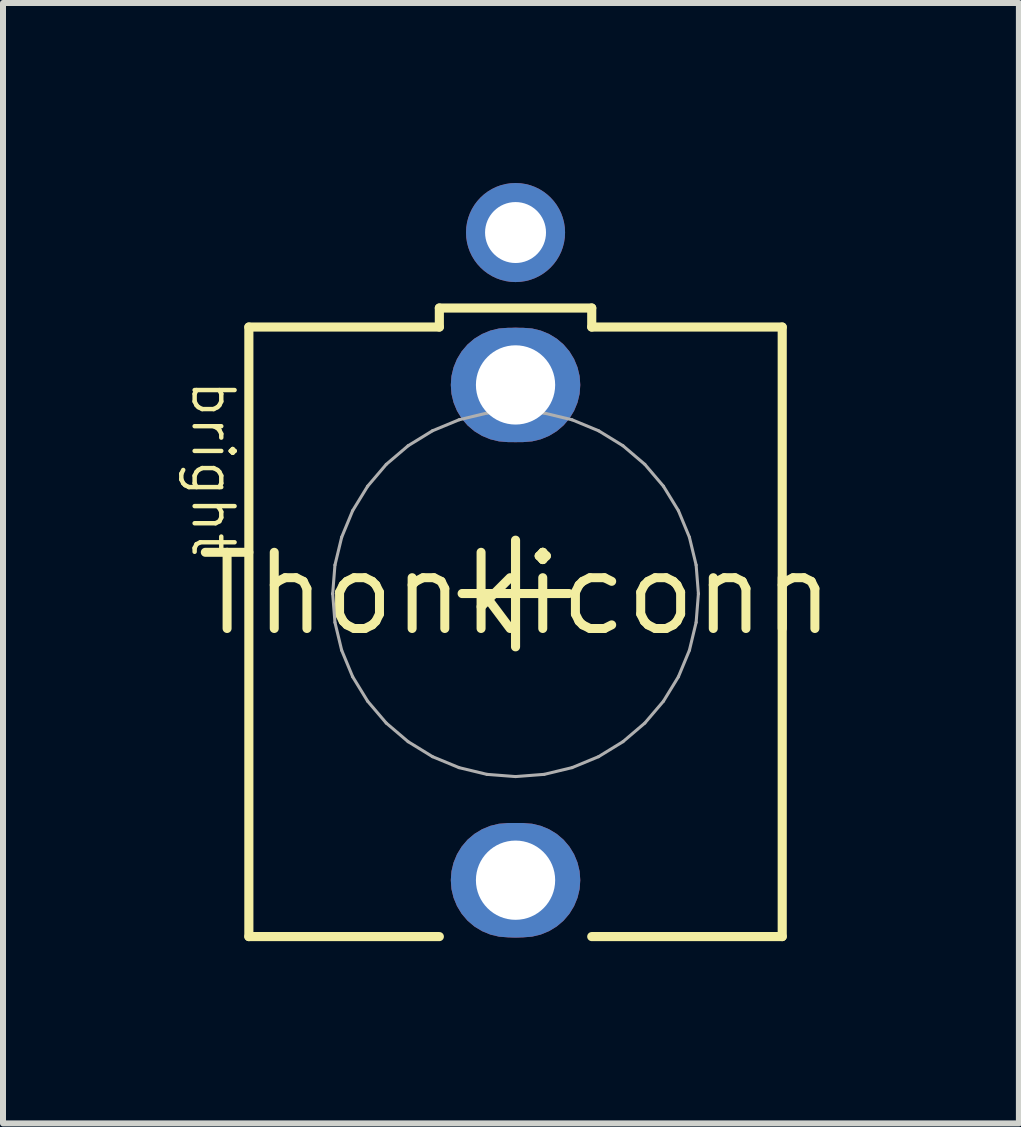
<source format=kicad_pcb>
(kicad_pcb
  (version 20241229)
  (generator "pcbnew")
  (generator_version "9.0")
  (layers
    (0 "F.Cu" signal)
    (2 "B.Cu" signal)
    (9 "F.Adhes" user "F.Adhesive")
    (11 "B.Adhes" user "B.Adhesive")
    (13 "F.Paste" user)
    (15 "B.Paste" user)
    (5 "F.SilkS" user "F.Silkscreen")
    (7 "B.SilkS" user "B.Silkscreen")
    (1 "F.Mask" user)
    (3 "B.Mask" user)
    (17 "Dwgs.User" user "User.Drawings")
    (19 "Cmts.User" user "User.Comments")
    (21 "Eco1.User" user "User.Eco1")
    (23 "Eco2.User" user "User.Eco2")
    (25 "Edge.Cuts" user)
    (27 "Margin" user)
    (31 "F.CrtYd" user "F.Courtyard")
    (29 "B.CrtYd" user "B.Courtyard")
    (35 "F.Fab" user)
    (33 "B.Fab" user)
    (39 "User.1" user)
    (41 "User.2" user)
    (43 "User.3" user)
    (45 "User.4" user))
  (footprint "Thonkiconn"
    (layer "F.Cu")
    (at 5.543 6.846)
    (property "Reference" "Thonkiconn" (at 0 0 0) (layer "F.SilkS") (effects (font (size 1.27 1.27) (thickness 0.15))))
    (fp_poly (pts (xy 0.276 -4.421) (xy 0.421 -4.386) (xy 0.559 -4.329) (xy 0.687 -4.251) (xy 0.801 -4.154) (xy 0.898 -4.04) (xy 0.976 -3.912) (xy 1.033 -3.774) (xy 1.068 -3.629) (xy 1.079 -3.48) (xy 1.068 -3.331) (xy 1.033 -3.186) (xy 0.976 -3.048) (xy 0.898 -2.92) (xy 0.801 -2.806) (xy 0.687 -2.709) (xy 0.559 -2.631) (xy 0.421 -2.574) (xy 0.276 -2.539) (xy 0.127 -2.527) (xy -0.127 -2.527) (xy -0.276 -2.539) (xy -0.421 -2.574) (xy -0.559 -2.631) (xy -0.687 -2.709) (xy -0.801 -2.806) (xy -0.898 -2.92) (xy -0.976 -3.048) (xy -1.033 -3.186) (xy -1.068 -3.331) (xy -1.079 -3.48) (xy -1.068 -3.629) (xy -1.033 -3.774) (xy -0.976 -3.912) (xy -0.898 -4.04) (xy -0.801 -4.154) (xy -0.687 -4.251) (xy -0.559 -4.329) (xy -0.421 -4.386) (xy -0.276 -4.421) (xy -0.127 -4.432) (xy 0.127 -4.432)) (stroke (width 0) (type default)) (fill yes) (layer "F.Cu"))
    (fp_poly (pts (xy 0.276 3.834) (xy 0.421 3.869) (xy 0.559 3.926) (xy 0.687 4.004) (xy 0.801 4.101) (xy 0.898 4.215) (xy 0.976 4.343) (xy 1.033 4.481) (xy 1.068 4.626) (xy 1.079 4.775) (xy 1.068 4.924) (xy 1.033 5.069) (xy 0.976 5.207) (xy 0.898 5.335) (xy 0.801 5.449) (xy 0.687 5.546) (xy 0.559 5.624) (xy 0.421 5.681) (xy 0.276 5.716) (xy 0.127 5.728) (xy -0.127 5.728) (xy -0.276 5.716) (xy -0.421 5.681) (xy -0.559 5.624) (xy -0.687 5.546) (xy -0.801 5.449) (xy -0.898 5.335) (xy -0.976 5.207) (xy -1.033 5.069) (xy -1.068 4.924) (xy -1.079 4.775) (xy -1.068 4.626) (xy -1.033 4.481) (xy -0.976 4.343) (xy -0.898 4.215) (xy -0.801 4.101) (xy -0.687 4.004) (xy -0.559 3.926) (xy -0.421 3.869) (xy -0.276 3.834) (xy -0.127 3.823) (xy 0.127 3.823)) (stroke (width 0) (type default)) (fill yes) (layer "F.Cu"))
    (fp_poly (pts (xy 0.292 -4.522) (xy 0.453 -4.483) (xy 0.606 -4.42) (xy 0.748 -4.334) (xy 0.873 -4.226) (xy 0.981 -4.1) (xy 1.067 -3.958) (xy 1.131 -3.806) (xy 1.169 -3.645) (xy 1.182 -3.48) (xy 1.169 -3.315) (xy 1.131 -3.154) (xy 1.067 -3.001) (xy 0.981 -2.859) (xy 0.873 -2.733) (xy 0.748 -2.626) (xy 0.606 -2.54) (xy 0.453 -2.476) (xy 0.292 -2.438) (xy 0.127 -2.425) (xy -0.127 -2.425) (xy -0.292 -2.438) (xy -0.453 -2.476) (xy -0.606 -2.54) (xy -0.748 -2.626) (xy -0.873 -2.733) (xy -0.981 -2.859) (xy -1.067 -3.001) (xy -1.131 -3.154) (xy -1.169 -3.315) (xy -1.182 -3.48) (xy -1.169 -3.645) (xy -1.131 -3.806) (xy -1.067 -3.958) (xy -0.981 -4.1) (xy -0.873 -4.226) (xy -0.748 -4.334) (xy -0.606 -4.42) (xy -0.453 -4.483) (xy -0.292 -4.522) (xy -0.127 -4.535) (xy 0.127 -4.535)) (stroke (width 0) (type default)) (fill yes) (layer "F.Mask"))
    (fp_poly (pts (xy 0.292 3.733) (xy 0.453 3.772) (xy 0.606 3.835) (xy 0.748 3.921) (xy 0.873 4.029) (xy 0.981 4.155) (xy 1.067 4.297) (xy 1.131 4.449) (xy 1.169 4.61) (xy 1.182 4.775) (xy 1.169 4.94) (xy 1.131 5.101) (xy 1.067 5.254) (xy 0.981 5.396) (xy 0.873 5.522) (xy 0.748 5.629) (xy 0.606 5.715) (xy 0.453 5.779) (xy 0.292 5.817) (xy 0.127 5.83) (xy -0.127 5.83) (xy -0.292 5.817) (xy -0.453 5.779) (xy -0.606 5.715) (xy -0.748 5.629) (xy -0.873 5.522) (xy -0.981 5.396) (xy -1.067 5.254) (xy -1.131 5.101) (xy -1.169 4.94) (xy -1.182 4.775) (xy -1.169 4.61) (xy -1.131 4.449) (xy -1.067 4.297) (xy -0.981 4.155) (xy -0.873 4.029) (xy -0.748 3.921) (xy -0.606 3.835) (xy -0.453 3.772) (xy -0.292 3.733) (xy -0.127 3.72) (xy 0.127 3.72)) (stroke (width 0) (type default)) (fill yes) (layer "F.Mask"))
    (fp_poly (pts (xy 0.276 -4.421) (xy 0.421 -4.386) (xy 0.559 -4.329) (xy 0.687 -4.251) (xy 0.801 -4.154) (xy 0.898 -4.04) (xy 0.976 -3.912) (xy 1.033 -3.774) (xy 1.068 -3.629) (xy 1.079 -3.48) (xy 1.068 -3.331) (xy 1.033 -3.186) (xy 0.976 -3.048) (xy 0.898 -2.92) (xy 0.801 -2.806) (xy 0.687 -2.709) (xy 0.559 -2.631) (xy 0.421 -2.574) (xy 0.276 -2.539) (xy 0.127 -2.527) (xy -0.127 -2.527) (xy -0.276 -2.539) (xy -0.421 -2.574) (xy -0.559 -2.631) (xy -0.687 -2.709) (xy -0.801 -2.806) (xy -0.898 -2.92) (xy -0.976 -3.048) (xy -1.033 -3.186) (xy -1.068 -3.331) (xy -1.079 -3.48) (xy -1.068 -3.629) (xy -1.033 -3.774) (xy -0.976 -3.912) (xy -0.898 -4.04) (xy -0.801 -4.154) (xy -0.687 -4.251) (xy -0.559 -4.329) (xy -0.421 -4.386) (xy -0.276 -4.421) (xy -0.127 -4.432) (xy 0.127 -4.432)) (stroke (width 0) (type default)) (fill yes) (layer "B.Cu"))
    (fp_poly (pts (xy 0.276 3.834) (xy 0.421 3.869) (xy 0.559 3.926) (xy 0.687 4.004) (xy 0.801 4.101) (xy 0.898 4.215) (xy 0.976 4.343) (xy 1.033 4.481) (xy 1.068 4.626) (xy 1.079 4.775) (xy 1.068 4.924) (xy 1.033 5.069) (xy 0.976 5.207) (xy 0.898 5.335) (xy 0.801 5.449) (xy 0.687 5.546) (xy 0.559 5.624) (xy 0.421 5.681) (xy 0.276 5.716) (xy 0.127 5.728) (xy -0.127 5.728) (xy -0.276 5.716) (xy -0.421 5.681) (xy -0.559 5.624) (xy -0.687 5.546) (xy -0.801 5.449) (xy -0.898 5.335) (xy -0.976 5.207) (xy -1.033 5.069) (xy -1.068 4.924) (xy -1.079 4.775) (xy -1.068 4.626) (xy -1.033 4.481) (xy -0.976 4.343) (xy -0.898 4.215) (xy -0.801 4.101) (xy -0.687 4.004) (xy -0.559 3.926) (xy -0.421 3.869) (xy -0.276 3.834) (xy -0.127 3.823) (xy 0.127 3.823)) (stroke (width 0) (type default)) (fill yes) (layer "B.Cu"))
    (fp_poly (pts (xy 0.292 -4.522) (xy 0.453 -4.483) (xy 0.606 -4.42) (xy 0.748 -4.334) (xy 0.873 -4.226) (xy 0.981 -4.1) (xy 1.067 -3.958) (xy 1.131 -3.806) (xy 1.169 -3.645) (xy 1.182 -3.48) (xy 1.169 -3.315) (xy 1.131 -3.154) (xy 1.067 -3.001) (xy 0.981 -2.859) (xy 0.873 -2.733) (xy 0.748 -2.626) (xy 0.606 -2.54) (xy 0.453 -2.476) (xy 0.292 -2.438) (xy 0.127 -2.425) (xy -0.127 -2.425) (xy -0.292 -2.438) (xy -0.453 -2.476) (xy -0.606 -2.54) (xy -0.748 -2.626) (xy -0.873 -2.733) (xy -0.981 -2.859) (xy -1.067 -3.001) (xy -1.131 -3.154) (xy -1.169 -3.315) (xy -1.182 -3.48) (xy -1.169 -3.645) (xy -1.131 -3.806) (xy -1.067 -3.958) (xy -0.981 -4.1) (xy -0.873 -4.226) (xy -0.748 -4.334) (xy -0.606 -4.42) (xy -0.453 -4.483) (xy -0.292 -4.522) (xy -0.127 -4.535) (xy 0.127 -4.535)) (stroke (width 0) (type default)) (fill yes) (layer "B.Mask"))
    (fp_poly (pts (xy 0.292 3.733) (xy 0.453 3.772) (xy 0.606 3.835) (xy 0.748 3.921) (xy 0.873 4.029) (xy 0.981 4.155) (xy 1.067 4.297) (xy 1.131 4.449) (xy 1.169 4.61) (xy 1.182 4.775) (xy 1.169 4.94) (xy 1.131 5.101) (xy 1.067 5.254) (xy 0.981 5.396) (xy 0.873 5.522) (xy 0.748 5.629) (xy 0.606 5.715) (xy 0.453 5.779) (xy 0.292 5.817) (xy 0.127 5.83) (xy -0.127 5.83) (xy -0.292 5.817) (xy -0.453 5.779) (xy -0.606 5.715) (xy -0.748 5.629) (xy -0.873 5.522) (xy -0.981 5.396) (xy -1.067 5.254) (xy -1.131 5.101) (xy -1.169 4.94) (xy -1.182 4.775) (xy -1.169 4.61) (xy -1.131 4.449) (xy -1.067 4.297) (xy -0.981 4.155) (xy -0.873 4.029) (xy -0.748 3.921) (xy -0.606 3.835) (xy -0.453 3.772) (xy -0.292 3.733) (xy -0.127 3.72) (xy 0.127 3.72)) (stroke (width 0) (type default)) (fill yes) (layer "B.Mask"))
    (fp_line (start -4.445 -4.445) (end -4.445 5.715) (stroke (width 0.152) (type solid)) (layer "F.SilkS"))
    (fp_line (start -1.27 -4.762) (end 1.27 -4.762) (stroke (width 0.152) (type solid)) (layer "F.SilkS"))
    (fp_line (start -1.27 -4.445) (end -4.445 -4.445) (stroke (width 0.152) (type solid)) (layer "F.SilkS"))
    (fp_line (start -1.27 -4.445) (end -1.27 -4.762) (stroke (width 0.152) (type solid)) (layer "F.SilkS"))
    (fp_line (start -1.27 5.715) (end -4.445 5.715) (stroke (width 0.152) (type solid)) (layer "F.SilkS"))
    (fp_line (start -0.89 -0.003) (end 0.889 -0.003) (stroke (width 0.152) (type solid)) (layer "F.SilkS"))
    (fp_line (start 0 0.885) (end 0 -0.892) (stroke (width 0.152) (type solid)) (layer "F.SilkS"))
    (fp_line (start 1.27 -4.762) (end 1.27 -4.445) (stroke (width 0.152) (type solid)) (layer "F.SilkS"))
    (fp_line (start 1.27 -4.445) (end 4.445 -4.445) (stroke (width 0.152) (type solid)) (layer "F.SilkS"))
    (fp_line (start 1.27 5.715) (end 4.445 5.715) (stroke (width 0.152) (type solid)) (layer "F.SilkS"))
    (fp_line (start 4.445 5.715) (end 4.445 -4.445) (stroke (width 0.152) (type solid)) (layer "F.SilkS"))
    (fp_line (start -3.048 -0.001) (end -3.048 0.001) (stroke (width 0.051) (type solid)) (layer "F.Fab"))
    (fp_line (start -3.048 0.001) (end -3.01 0.478) (stroke (width 0.051) (type solid)) (layer "F.Fab"))
    (fp_line (start -3.01 -0.478) (end -3.048 -0.001) (stroke (width 0.051) (type solid)) (layer "F.Fab"))
    (fp_line (start -3.01 0.478) (end -2.898 0.943) (stroke (width 0.051) (type solid)) (layer "F.Fab"))
    (fp_line (start -2.898 -0.942) (end -3.01 -0.478) (stroke (width 0.051) (type solid)) (layer "F.Fab"))
    (fp_line (start -2.898 0.943) (end -2.715 1.384) (stroke (width 0.051) (type solid)) (layer "F.Fab"))
    (fp_line (start -2.715 -1.384) (end -2.898 -0.942) (stroke (width 0.051) (type solid)) (layer "F.Fab"))
    (fp_line (start -2.715 1.384) (end -2.465 1.792) (stroke (width 0.051) (type solid)) (layer "F.Fab"))
    (fp_line (start -2.465 -1.792) (end -2.715 -1.384) (stroke (width 0.051) (type solid)) (layer "F.Fab"))
    (fp_line (start -2.465 1.792) (end -2.155 2.156) (stroke (width 0.051) (type solid)) (layer "F.Fab"))
    (fp_line (start -2.155 -2.156) (end -2.465 -1.792) (stroke (width 0.051) (type solid)) (layer "F.Fab"))
    (fp_line (start -2.155 2.156) (end -1.791 2.466) (stroke (width 0.051) (type solid)) (layer "F.Fab"))
    (fp_line (start -1.791 -2.466) (end -2.155 -2.156) (stroke (width 0.051) (type solid)) (layer "F.Fab"))
    (fp_line (start -1.791 2.466) (end -1.384 2.716) (stroke (width 0.051) (type solid)) (layer "F.Fab"))
    (fp_line (start -1.384 -2.716) (end -1.791 -2.466) (stroke (width 0.051) (type solid)) (layer "F.Fab"))
    (fp_line (start -1.384 2.716) (end -0.942 2.899) (stroke (width 0.051) (type solid)) (layer "F.Fab"))
    (fp_line (start -0.942 -2.899) (end -1.384 -2.716) (stroke (width 0.051) (type solid)) (layer "F.Fab"))
    (fp_line (start -0.942 2.899) (end -0.477 3.011) (stroke (width 0.051) (type solid)) (layer "F.Fab"))
    (fp_line (start -0.477 -3.011) (end -0.942 -2.899) (stroke (width 0.051) (type solid)) (layer "F.Fab"))
    (fp_line (start -0.477 3.011) (end 0 3.048) (stroke (width 0.051) (type solid)) (layer "F.Fab"))
    (fp_line (start 0 -3.048) (end -0.477 -3.011) (stroke (width 0.051) (type solid)) (layer "F.Fab"))
    (fp_line (start 0 3.048) (end 0.477 3.011) (stroke (width 0.051) (type solid)) (layer "F.Fab"))
    (fp_line (start 0.477 -3.011) (end 0 -3.048) (stroke (width 0.051) (type solid)) (layer "F.Fab"))
    (fp_line (start 0.477 3.011) (end 0.942 2.899) (stroke (width 0.051) (type solid)) (layer "F.Fab"))
    (fp_line (start 0.942 -2.899) (end 0.477 -3.011) (stroke (width 0.051) (type solid)) (layer "F.Fab"))
    (fp_line (start 0.942 2.899) (end 1.384 2.716) (stroke (width 0.051) (type solid)) (layer "F.Fab"))
    (fp_line (start 1.384 -2.716) (end 0.942 -2.899) (stroke (width 0.051) (type solid)) (layer "F.Fab"))
    (fp_line (start 1.384 2.716) (end 1.791 2.466) (stroke (width 0.051) (type solid)) (layer "F.Fab"))
    (fp_line (start 1.791 -2.466) (end 1.384 -2.716) (stroke (width 0.051) (type solid)) (layer "F.Fab"))
    (fp_line (start 1.791 2.466) (end 2.155 2.156) (stroke (width 0.051) (type solid)) (layer "F.Fab"))
    (fp_line (start 2.155 -2.156) (end 1.791 -2.466) (stroke (width 0.051) (type solid)) (layer "F.Fab"))
    (fp_line (start 2.155 2.156) (end 2.465 1.792) (stroke (width 0.051) (type solid)) (layer "F.Fab"))
    (fp_line (start 2.465 -1.792) (end 2.155 -2.156) (stroke (width 0.051) (type solid)) (layer "F.Fab"))
    (fp_line (start 2.465 1.792) (end 2.715 1.384) (stroke (width 0.051) (type solid)) (layer "F.Fab"))
    (fp_line (start 2.715 -1.384) (end 2.465 -1.792) (stroke (width 0.051) (type solid)) (layer "F.Fab"))
    (fp_line (start 2.715 1.384) (end 2.898 0.943) (stroke (width 0.051) (type solid)) (layer "F.Fab"))
    (fp_line (start 2.898 -0.942) (end 2.715 -1.384) (stroke (width 0.051) (type solid)) (layer "F.Fab"))
    (fp_line (start 2.898 0.943) (end 3.01 0.478) (stroke (width 0.051) (type solid)) (layer "F.Fab"))
    (fp_line (start 3.01 -0.478) (end 2.898 -0.942) (stroke (width 0.051) (type solid)) (layer "F.Fab"))
    (fp_line (start 3.01 0.478) (end 3.048 0.001) (stroke (width 0.051) (type solid)) (layer "F.Fab"))
    (fp_line (start 3.048 -0.001) (end 3.01 -0.478) (stroke (width 0.051) (type solid)) (layer "F.Fab"))
    (fp_line (start 3.048 0.001) (end 3.048 -0.001) (stroke (width 0.051) (type solid)) (layer "F.Fab"))
    (fp_text user "bright" (at -4.655 -3.602 270) (unlocked yes) (layer "F.SilkS") (effects (font (size 0.666 0.666) (thickness 0.074)) (justify left top)))
    (pad "1" thru_hole circle (at 0 -3.48) (size 1.905 1.905) (drill 1.321) (layers "*.Cu"))
    (pad "2" thru_hole circle (at 0 4.775) (size 1.905 1.905) (drill 1.321) (layers "*.Cu"))
    (pad "3" thru_hole circle (at 0 -6.02) (size 1.651 1.651) (drill 1.016) (layers "*.Cu" "*.Mask"))
    (zone (net_name "") (layer "F.Cu") (hatch edge 0.5) (connect_pads) (min_thickness 0.25) (filled_areas_thickness no) (keepout (tracks not_allowed) (vias not_allowed) (pads not_allowed) (copperpour not_allowed) (footprints allowed)) (placement (enabled no)) (fill) (polygon (pts (xy 6.785 6.845) (xy 6.765 6.623) (xy 6.706 6.408) (xy 6.609 6.207) (xy 6.478 6.027) (xy 6.317 5.873) (xy 6.132 5.751) (xy 5.927 5.663) (xy 5.71 5.614) (xy 5.487 5.604) (xy 5.267 5.634) (xy 5.055 5.702) (xy 4.859 5.808) (xy 4.685 5.947) (xy 4.538 6.114) (xy 4.424 6.306) (xy 4.346 6.514) (xy 4.306 6.733) (xy 4.306 6.956) (xy 4.346 7.175) (xy 4.424 7.383) (xy 4.538 7.575) (xy 4.685 7.742) (xy 4.859 7.881) (xy 5.055 7.987) (xy 5.267 8.055) (xy 5.487 8.085) (xy 5.71 8.075) (xy 5.927 8.026) (xy 6.132 7.938) (xy 6.317 7.816) (xy 6.478 7.662) (xy 6.609 7.482) (xy 6.706 7.281) (xy 6.765 7.066))) (polygon (pts (xy 6.535 6.845) (xy 6.515 6.645) (xy 6.455 6.453) (xy 6.357 6.278) (xy 6.226 6.126) (xy 6.068 6.003) (xy 5.888 5.914) (xy 5.693 5.864) (xy 5.493 5.854) (xy 5.294 5.884) (xy 5.106 5.954) (xy 4.936 6.06) (xy 4.79 6.198) (xy 4.676 6.363) (xy 4.596 6.548) (xy 4.556 6.744) (xy 4.556 6.945) (xy 4.596 7.141) (xy 4.676 7.326) (xy 4.79 7.491) (xy 4.936 7.629) (xy 5.106 7.735) (xy 5.294 7.805) (xy 5.493 7.835) (xy 5.693 7.825) (xy 5.888 7.775) (xy 6.068 7.686) (xy 6.226 7.563) (xy 6.357 7.411) (xy 6.455 7.236) (xy 6.515 7.044)))))
  (gr_rect
    (start -3 -3)
    (end 13.933 15.675)
    (stroke (width 0.1) (type default))
    (fill no)
    (layer "Edge.Cuts")))
</source>
